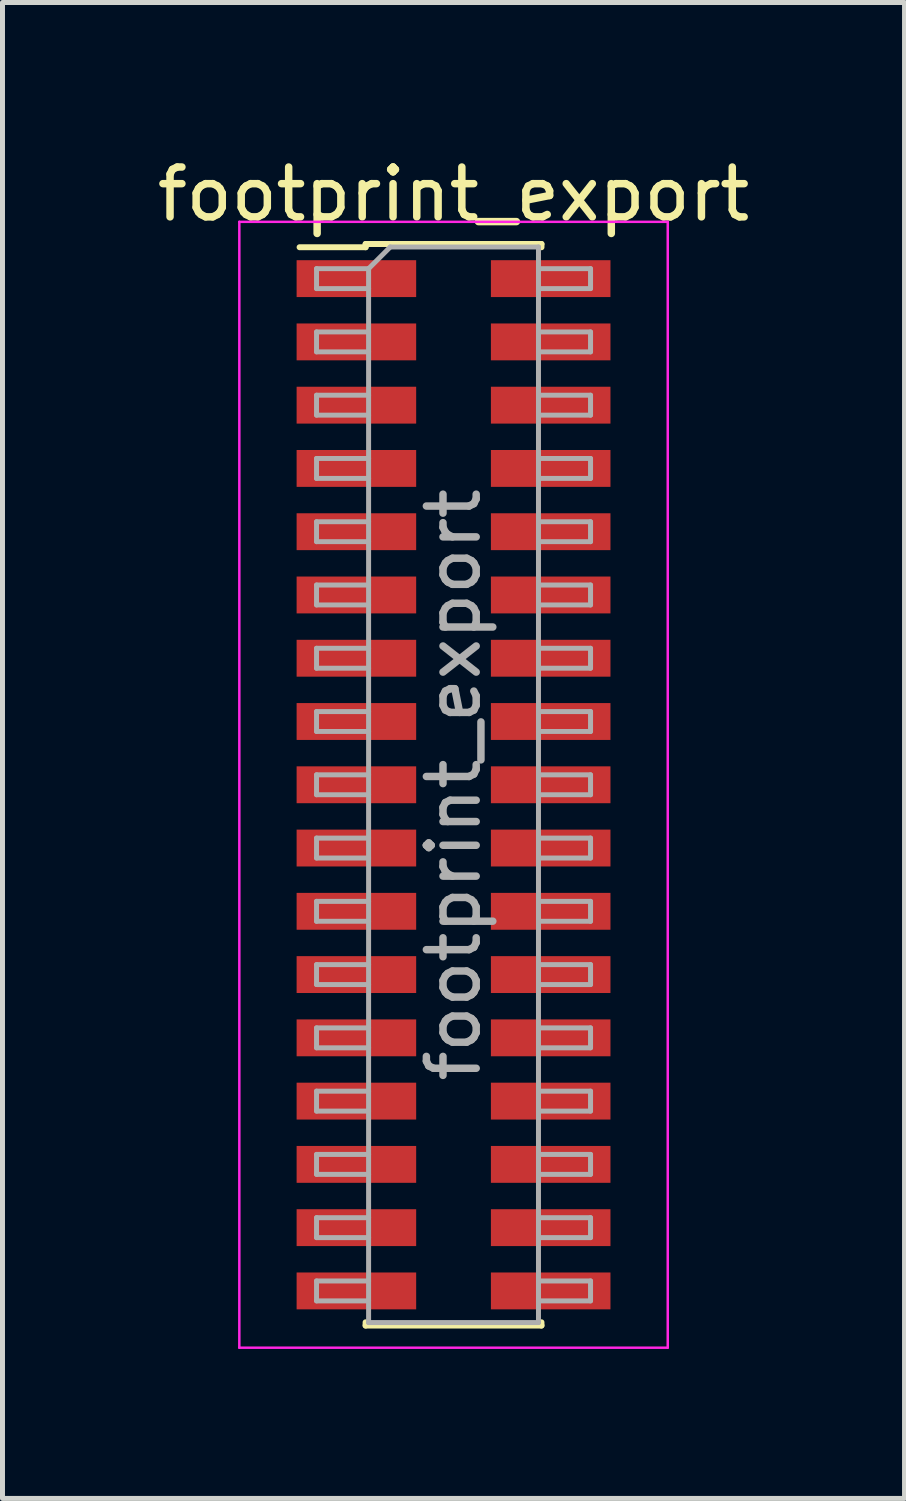
<source format=kicad_pcb>
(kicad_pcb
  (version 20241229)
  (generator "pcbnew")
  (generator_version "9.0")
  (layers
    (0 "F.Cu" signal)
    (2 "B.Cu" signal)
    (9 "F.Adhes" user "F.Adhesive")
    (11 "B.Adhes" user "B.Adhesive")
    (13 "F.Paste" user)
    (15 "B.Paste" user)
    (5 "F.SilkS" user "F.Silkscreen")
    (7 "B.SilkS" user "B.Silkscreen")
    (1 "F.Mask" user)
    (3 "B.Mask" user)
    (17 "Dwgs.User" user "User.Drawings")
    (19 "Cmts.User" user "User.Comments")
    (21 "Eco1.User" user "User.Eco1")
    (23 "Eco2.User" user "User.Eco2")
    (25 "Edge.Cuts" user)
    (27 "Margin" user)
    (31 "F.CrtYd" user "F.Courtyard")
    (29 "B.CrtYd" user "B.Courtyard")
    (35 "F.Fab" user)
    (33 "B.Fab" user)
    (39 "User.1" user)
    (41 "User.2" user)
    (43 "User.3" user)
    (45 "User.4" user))
  (footprint "footprint_export"
    (layer "F.Cu")
    (at 6.054 12.703)
    (property "Reference" "footprint_export" (at 0 -11.855 0) (layer "F.SilkS") (effects (font (size 1 1) (thickness 0.15))))
    (attr smd)
    (fp_line (start -3.09 -10.79) (end -1.765 -10.79) (stroke (width 0.12) (type solid)) (layer "F.SilkS"))
    (fp_line (start -1.765 -10.855) (end -1.765 -10.79) (stroke (width 0.12) (type solid)) (layer "F.SilkS"))
    (fp_line (start -1.765 -10.855) (end 1.765 -10.855) (stroke (width 0.12) (type solid)) (layer "F.SilkS"))
    (fp_line (start -1.765 10.79) (end -1.765 10.855) (stroke (width 0.12) (type solid)) (layer "F.SilkS"))
    (fp_line (start -1.765 10.855) (end 1.765 10.855) (stroke (width 0.12) (type solid)) (layer "F.SilkS"))
    (fp_line (start 1.765 -10.855) (end 1.765 -10.79) (stroke (width 0.12) (type solid)) (layer "F.SilkS"))
    (fp_line (start 1.765 10.79) (end 1.765 10.855) (stroke (width 0.12) (type solid)) (layer "F.SilkS"))
    (fp_line (start -4.3 -11.3) (end -4.3 11.3) (stroke (width 0.05) (type solid)) (layer "F.CrtYd"))
    (fp_line (start -4.3 11.3) (end 4.3 11.3) (stroke (width 0.05) (type solid)) (layer "F.CrtYd"))
    (fp_line (start 4.3 -11.3) (end -4.3 -11.3) (stroke (width 0.05) (type solid)) (layer "F.CrtYd"))
    (fp_line (start 4.3 11.3) (end 4.3 -11.3) (stroke (width 0.05) (type solid)) (layer "F.CrtYd"))
    (fp_line (start -2.75 -10.36) (end -2.75 -9.96) (stroke (width 0.1) (type solid)) (layer "F.Fab"))
    (fp_line (start -2.75 -9.96) (end -1.705 -9.96) (stroke (width 0.1) (type solid)) (layer "F.Fab"))
    (fp_line (start -2.75 -9.09) (end -2.75 -8.69) (stroke (width 0.1) (type solid)) (layer "F.Fab"))
    (fp_line (start -2.75 -8.69) (end -1.705 -8.69) (stroke (width 0.1) (type solid)) (layer "F.Fab"))
    (fp_line (start -2.75 -7.82) (end -2.75 -7.42) (stroke (width 0.1) (type solid)) (layer "F.Fab"))
    (fp_line (start -2.75 -7.42) (end -1.705 -7.42) (stroke (width 0.1) (type solid)) (layer "F.Fab"))
    (fp_line (start -2.75 -6.55) (end -2.75 -6.15) (stroke (width 0.1) (type solid)) (layer "F.Fab"))
    (fp_line (start -2.75 -6.15) (end -1.705 -6.15) (stroke (width 0.1) (type solid)) (layer "F.Fab"))
    (fp_line (start -2.75 -5.28) (end -2.75 -4.88) (stroke (width 0.1) (type solid)) (layer "F.Fab"))
    (fp_line (start -2.75 -4.88) (end -1.705 -4.88) (stroke (width 0.1) (type solid)) (layer "F.Fab"))
    (fp_line (start -2.75 -4.01) (end -2.75 -3.61) (stroke (width 0.1) (type solid)) (layer "F.Fab"))
    (fp_line (start -2.75 -3.61) (end -1.705 -3.61) (stroke (width 0.1) (type solid)) (layer "F.Fab"))
    (fp_line (start -2.75 -2.74) (end -2.75 -2.34) (stroke (width 0.1) (type solid)) (layer "F.Fab"))
    (fp_line (start -2.75 -2.34) (end -1.705 -2.34) (stroke (width 0.1) (type solid)) (layer "F.Fab"))
    (fp_line (start -2.75 -1.47) (end -2.75 -1.07) (stroke (width 0.1) (type solid)) (layer "F.Fab"))
    (fp_line (start -2.75 -1.07) (end -1.705 -1.07) (stroke (width 0.1) (type solid)) (layer "F.Fab"))
    (fp_line (start -2.75 -0.2) (end -2.75 0.2) (stroke (width 0.1) (type solid)) (layer "F.Fab"))
    (fp_line (start -2.75 0.2) (end -1.705 0.2) (stroke (width 0.1) (type solid)) (layer "F.Fab"))
    (fp_line (start -2.75 1.07) (end -2.75 1.47) (stroke (width 0.1) (type solid)) (layer "F.Fab"))
    (fp_line (start -2.75 1.47) (end -1.705 1.47) (stroke (width 0.1) (type solid)) (layer "F.Fab"))
    (fp_line (start -2.75 2.34) (end -2.75 2.74) (stroke (width 0.1) (type solid)) (layer "F.Fab"))
    (fp_line (start -2.75 2.74) (end -1.705 2.74) (stroke (width 0.1) (type solid)) (layer "F.Fab"))
    (fp_line (start -2.75 3.61) (end -2.75 4.01) (stroke (width 0.1) (type solid)) (layer "F.Fab"))
    (fp_line (start -2.75 4.01) (end -1.705 4.01) (stroke (width 0.1) (type solid)) (layer "F.Fab"))
    (fp_line (start -2.75 4.88) (end -2.75 5.28) (stroke (width 0.1) (type solid)) (layer "F.Fab"))
    (fp_line (start -2.75 5.28) (end -1.705 5.28) (stroke (width 0.1) (type solid)) (layer "F.Fab"))
    (fp_line (start -2.75 6.15) (end -2.75 6.55) (stroke (width 0.1) (type solid)) (layer "F.Fab"))
    (fp_line (start -2.75 6.55) (end -1.705 6.55) (stroke (width 0.1) (type solid)) (layer "F.Fab"))
    (fp_line (start -2.75 7.42) (end -2.75 7.82) (stroke (width 0.1) (type solid)) (layer "F.Fab"))
    (fp_line (start -2.75 7.82) (end -1.705 7.82) (stroke (width 0.1) (type solid)) (layer "F.Fab"))
    (fp_line (start -2.75 8.69) (end -2.75 9.09) (stroke (width 0.1) (type solid)) (layer "F.Fab"))
    (fp_line (start -2.75 9.09) (end -1.705 9.09) (stroke (width 0.1) (type solid)) (layer "F.Fab"))
    (fp_line (start -2.75 9.96) (end -2.75 10.36) (stroke (width 0.1) (type solid)) (layer "F.Fab"))
    (fp_line (start -2.75 10.36) (end -1.705 10.36) (stroke (width 0.1) (type solid)) (layer "F.Fab"))
    (fp_line (start -1.705 -10.36) (end -2.75 -10.36) (stroke (width 0.1) (type solid)) (layer "F.Fab"))
    (fp_line (start -1.705 -10.36) (end -1.27 -10.795) (stroke (width 0.1) (type solid)) (layer "F.Fab"))
    (fp_line (start -1.705 -9.09) (end -2.75 -9.09) (stroke (width 0.1) (type solid)) (layer "F.Fab"))
    (fp_line (start -1.705 -7.82) (end -2.75 -7.82) (stroke (width 0.1) (type solid)) (layer "F.Fab"))
    (fp_line (start -1.705 -6.55) (end -2.75 -6.55) (stroke (width 0.1) (type solid)) (layer "F.Fab"))
    (fp_line (start -1.705 -5.28) (end -2.75 -5.28) (stroke (width 0.1) (type solid)) (layer "F.Fab"))
    (fp_line (start -1.705 -4.01) (end -2.75 -4.01) (stroke (width 0.1) (type solid)) (layer "F.Fab"))
    (fp_line (start -1.705 -2.74) (end -2.75 -2.74) (stroke (width 0.1) (type solid)) (layer "F.Fab"))
    (fp_line (start -1.705 -1.47) (end -2.75 -1.47) (stroke (width 0.1) (type solid)) (layer "F.Fab"))
    (fp_line (start -1.705 -0.2) (end -2.75 -0.2) (stroke (width 0.1) (type solid)) (layer "F.Fab"))
    (fp_line (start -1.705 1.07) (end -2.75 1.07) (stroke (width 0.1) (type solid)) (layer "F.Fab"))
    (fp_line (start -1.705 2.34) (end -2.75 2.34) (stroke (width 0.1) (type solid)) (layer "F.Fab"))
    (fp_line (start -1.705 3.61) (end -2.75 3.61) (stroke (width 0.1) (type solid)) (layer "F.Fab"))
    (fp_line (start -1.705 4.88) (end -2.75 4.88) (stroke (width 0.1) (type solid)) (layer "F.Fab"))
    (fp_line (start -1.705 6.15) (end -2.75 6.15) (stroke (width 0.1) (type solid)) (layer "F.Fab"))
    (fp_line (start -1.705 7.42) (end -2.75 7.42) (stroke (width 0.1) (type solid)) (layer "F.Fab"))
    (fp_line (start -1.705 8.69) (end -2.75 8.69) (stroke (width 0.1) (type solid)) (layer "F.Fab"))
    (fp_line (start -1.705 9.96) (end -2.75 9.96) (stroke (width 0.1) (type solid)) (layer "F.Fab"))
    (fp_line (start -1.705 10.795) (end -1.705 -10.36) (stroke (width 0.1) (type solid)) (layer "F.Fab"))
    (fp_line (start -1.27 -10.795) (end 1.705 -10.795) (stroke (width 0.1) (type solid)) (layer "F.Fab"))
    (fp_line (start 1.705 -10.795) (end 1.705 10.795) (stroke (width 0.1) (type solid)) (layer "F.Fab"))
    (fp_line (start 1.705 -10.36) (end 2.75 -10.36) (stroke (width 0.1) (type solid)) (layer "F.Fab"))
    (fp_line (start 1.705 -9.09) (end 2.75 -9.09) (stroke (width 0.1) (type solid)) (layer "F.Fab"))
    (fp_line (start 1.705 -7.82) (end 2.75 -7.82) (stroke (width 0.1) (type solid)) (layer "F.Fab"))
    (fp_line (start 1.705 -6.55) (end 2.75 -6.55) (stroke (width 0.1) (type solid)) (layer "F.Fab"))
    (fp_line (start 1.705 -5.28) (end 2.75 -5.28) (stroke (width 0.1) (type solid)) (layer "F.Fab"))
    (fp_line (start 1.705 -4.01) (end 2.75 -4.01) (stroke (width 0.1) (type solid)) (layer "F.Fab"))
    (fp_line (start 1.705 -2.74) (end 2.75 -2.74) (stroke (width 0.1) (type solid)) (layer "F.Fab"))
    (fp_line (start 1.705 -1.47) (end 2.75 -1.47) (stroke (width 0.1) (type solid)) (layer "F.Fab"))
    (fp_line (start 1.705 -0.2) (end 2.75 -0.2) (stroke (width 0.1) (type solid)) (layer "F.Fab"))
    (fp_line (start 1.705 1.07) (end 2.75 1.07) (stroke (width 0.1) (type solid)) (layer "F.Fab"))
    (fp_line (start 1.705 2.34) (end 2.75 2.34) (stroke (width 0.1) (type solid)) (layer "F.Fab"))
    (fp_line (start 1.705 3.61) (end 2.75 3.61) (stroke (width 0.1) (type solid)) (layer "F.Fab"))
    (fp_line (start 1.705 4.88) (end 2.75 4.88) (stroke (width 0.1) (type solid)) (layer "F.Fab"))
    (fp_line (start 1.705 6.15) (end 2.75 6.15) (stroke (width 0.1) (type solid)) (layer "F.Fab"))
    (fp_line (start 1.705 7.42) (end 2.75 7.42) (stroke (width 0.1) (type solid)) (layer "F.Fab"))
    (fp_line (start 1.705 8.69) (end 2.75 8.69) (stroke (width 0.1) (type solid)) (layer "F.Fab"))
    (fp_line (start 1.705 9.96) (end 2.75 9.96) (stroke (width 0.1) (type solid)) (layer "F.Fab"))
    (fp_line (start 1.705 10.795) (end -1.705 10.795) (stroke (width 0.1) (type solid)) (layer "F.Fab"))
    (fp_line (start 2.75 -10.36) (end 2.75 -9.96) (stroke (width 0.1) (type solid)) (layer "F.Fab"))
    (fp_line (start 2.75 -9.96) (end 1.705 -9.96) (stroke (width 0.1) (type solid)) (layer "F.Fab"))
    (fp_line (start 2.75 -9.09) (end 2.75 -8.69) (stroke (width 0.1) (type solid)) (layer "F.Fab"))
    (fp_line (start 2.75 -8.69) (end 1.705 -8.69) (stroke (width 0.1) (type solid)) (layer "F.Fab"))
    (fp_line (start 2.75 -7.82) (end 2.75 -7.42) (stroke (width 0.1) (type solid)) (layer "F.Fab"))
    (fp_line (start 2.75 -7.42) (end 1.705 -7.42) (stroke (width 0.1) (type solid)) (layer "F.Fab"))
    (fp_line (start 2.75 -6.55) (end 2.75 -6.15) (stroke (width 0.1) (type solid)) (layer "F.Fab"))
    (fp_line (start 2.75 -6.15) (end 1.705 -6.15) (stroke (width 0.1) (type solid)) (layer "F.Fab"))
    (fp_line (start 2.75 -5.28) (end 2.75 -4.88) (stroke (width 0.1) (type solid)) (layer "F.Fab"))
    (fp_line (start 2.75 -4.88) (end 1.705 -4.88) (stroke (width 0.1) (type solid)) (layer "F.Fab"))
    (fp_line (start 2.75 -4.01) (end 2.75 -3.61) (stroke (width 0.1) (type solid)) (layer "F.Fab"))
    (fp_line (start 2.75 -3.61) (end 1.705 -3.61) (stroke (width 0.1) (type solid)) (layer "F.Fab"))
    (fp_line (start 2.75 -2.74) (end 2.75 -2.34) (stroke (width 0.1) (type solid)) (layer "F.Fab"))
    (fp_line (start 2.75 -2.34) (end 1.705 -2.34) (stroke (width 0.1) (type solid)) (layer "F.Fab"))
    (fp_line (start 2.75 -1.47) (end 2.75 -1.07) (stroke (width 0.1) (type solid)) (layer "F.Fab"))
    (fp_line (start 2.75 -1.07) (end 1.705 -1.07) (stroke (width 0.1) (type solid)) (layer "F.Fab"))
    (fp_line (start 2.75 -0.2) (end 2.75 0.2) (stroke (width 0.1) (type solid)) (layer "F.Fab"))
    (fp_line (start 2.75 0.2) (end 1.705 0.2) (stroke (width 0.1) (type solid)) (layer "F.Fab"))
    (fp_line (start 2.75 1.07) (end 2.75 1.47) (stroke (width 0.1) (type solid)) (layer "F.Fab"))
    (fp_line (start 2.75 1.47) (end 1.705 1.47) (stroke (width 0.1) (type solid)) (layer "F.Fab"))
    (fp_line (start 2.75 2.34) (end 2.75 2.74) (stroke (width 0.1) (type solid)) (layer "F.Fab"))
    (fp_line (start 2.75 2.74) (end 1.705 2.74) (stroke (width 0.1) (type solid)) (layer "F.Fab"))
    (fp_line (start 2.75 3.61) (end 2.75 4.01) (stroke (width 0.1) (type solid)) (layer "F.Fab"))
    (fp_line (start 2.75 4.01) (end 1.705 4.01) (stroke (width 0.1) (type solid)) (layer "F.Fab"))
    (fp_line (start 2.75 4.88) (end 2.75 5.28) (stroke (width 0.1) (type solid)) (layer "F.Fab"))
    (fp_line (start 2.75 5.28) (end 1.705 5.28) (stroke (width 0.1) (type solid)) (layer "F.Fab"))
    (fp_line (start 2.75 6.15) (end 2.75 6.55) (stroke (width 0.1) (type solid)) (layer "F.Fab"))
    (fp_line (start 2.75 6.55) (end 1.705 6.55) (stroke (width 0.1) (type solid)) (layer "F.Fab"))
    (fp_line (start 2.75 7.42) (end 2.75 7.82) (stroke (width 0.1) (type solid)) (layer "F.Fab"))
    (fp_line (start 2.75 7.82) (end 1.705 7.82) (stroke (width 0.1) (type solid)) (layer "F.Fab"))
    (fp_line (start 2.75 8.69) (end 2.75 9.09) (stroke (width 0.1) (type solid)) (layer "F.Fab"))
    (fp_line (start 2.75 9.09) (end 1.705 9.09) (stroke (width 0.1) (type solid)) (layer "F.Fab"))
    (fp_line (start 2.75 9.96) (end 2.75 10.36) (stroke (width 0.1) (type solid)) (layer "F.Fab"))
    (fp_line (start 2.75 10.36) (end 1.705 10.36) (stroke (width 0.1) (type solid)) (layer "F.Fab"))
    (fp_text user "${REFERENCE}" (at 0 0 90) (layer "F.Fab") (effects (font (size 1 1) (thickness 0.15))))
    (pad "1" smd rect (at -1.95 -10.16) (size 2.4 0.74) (layers "F.Cu" "F.Mask" "F.Paste"))
    (pad "2" smd rect (at 1.95 -10.16) (size 2.4 0.74) (layers "F.Cu" "F.Mask" "F.Paste"))
    (pad "3" smd rect (at -1.95 -8.89) (size 2.4 0.74) (layers "F.Cu" "F.Mask" "F.Paste"))
    (pad "4" smd rect (at 1.95 -8.89) (size 2.4 0.74) (layers "F.Cu" "F.Mask" "F.Paste"))
    (pad "5" smd rect (at -1.95 -7.62) (size 2.4 0.74) (layers "F.Cu" "F.Mask" "F.Paste"))
    (pad "6" smd rect (at 1.95 -7.62) (size 2.4 0.74) (layers "F.Cu" "F.Mask" "F.Paste"))
    (pad "7" smd rect (at -1.95 -6.35) (size 2.4 0.74) (layers "F.Cu" "F.Mask" "F.Paste"))
    (pad "8" smd rect (at 1.95 -6.35) (size 2.4 0.74) (layers "F.Cu" "F.Mask" "F.Paste"))
    (pad "9" smd rect (at -1.95 -5.08) (size 2.4 0.74) (layers "F.Cu" "F.Mask" "F.Paste"))
    (pad "10" smd rect (at 1.95 -5.08) (size 2.4 0.74) (layers "F.Cu" "F.Mask" "F.Paste"))
    (pad "11" smd rect (at -1.95 -3.81) (size 2.4 0.74) (layers "F.Cu" "F.Mask" "F.Paste"))
    (pad "12" smd rect (at 1.95 -3.81) (size 2.4 0.74) (layers "F.Cu" "F.Mask" "F.Paste"))
    (pad "13" smd rect (at -1.95 -2.54) (size 2.4 0.74) (layers "F.Cu" "F.Mask" "F.Paste"))
    (pad "14" smd rect (at 1.95 -2.54) (size 2.4 0.74) (layers "F.Cu" "F.Mask" "F.Paste"))
    (pad "15" smd rect (at -1.95 -1.27) (size 2.4 0.74) (layers "F.Cu" "F.Mask" "F.Paste"))
    (pad "16" smd rect (at 1.95 -1.27) (size 2.4 0.74) (layers "F.Cu" "F.Mask" "F.Paste"))
    (pad "17" smd rect (at -1.95 0) (size 2.4 0.74) (layers "F.Cu" "F.Mask" "F.Paste"))
    (pad "18" smd rect (at 1.95 0) (size 2.4 0.74) (layers "F.Cu" "F.Mask" "F.Paste"))
    (pad "19" smd rect (at -1.95 1.27) (size 2.4 0.74) (layers "F.Cu" "F.Mask" "F.Paste"))
    (pad "20" smd rect (at 1.95 1.27) (size 2.4 0.74) (layers "F.Cu" "F.Mask" "F.Paste"))
    (pad "21" smd rect (at -1.95 2.54) (size 2.4 0.74) (layers "F.Cu" "F.Mask" "F.Paste"))
    (pad "22" smd rect (at 1.95 2.54) (size 2.4 0.74) (layers "F.Cu" "F.Mask" "F.Paste"))
    (pad "23" smd rect (at -1.95 3.81) (size 2.4 0.74) (layers "F.Cu" "F.Mask" "F.Paste"))
    (pad "24" smd rect (at 1.95 3.81) (size 2.4 0.74) (layers "F.Cu" "F.Mask" "F.Paste"))
    (pad "25" smd rect (at -1.95 5.08) (size 2.4 0.74) (layers "F.Cu" "F.Mask" "F.Paste"))
    (pad "26" smd rect (at 1.95 5.08) (size 2.4 0.74) (layers "F.Cu" "F.Mask" "F.Paste"))
    (pad "27" smd rect (at -1.95 6.35) (size 2.4 0.74) (layers "F.Cu" "F.Mask" "F.Paste"))
    (pad "28" smd rect (at 1.95 6.35) (size 2.4 0.74) (layers "F.Cu" "F.Mask" "F.Paste"))
    (pad "29" smd rect (at -1.95 7.62) (size 2.4 0.74) (layers "F.Cu" "F.Mask" "F.Paste"))
    (pad "30" smd rect (at 1.95 7.62) (size 2.4 0.74) (layers "F.Cu" "F.Mask" "F.Paste"))
    (pad "31" smd rect (at -1.95 8.89) (size 2.4 0.74) (layers "F.Cu" "F.Mask" "F.Paste"))
    (pad "32" smd rect (at 1.95 8.89) (size 2.4 0.74) (layers "F.Cu" "F.Mask" "F.Paste"))
    (pad "33" smd rect (at -1.95 10.16) (size 2.4 0.74) (layers "F.Cu" "F.Mask" "F.Paste"))
    (pad "34" smd rect (at 1.95 10.16) (size 2.4 0.74) (layers "F.Cu" "F.Mask" "F.Paste")))
  (gr_rect
    (start -3 -3)
    (end 15.107 27.028)
    (stroke (width 0.1) (type default))
    (fill no)
    (layer "Edge.Cuts")))
</source>
